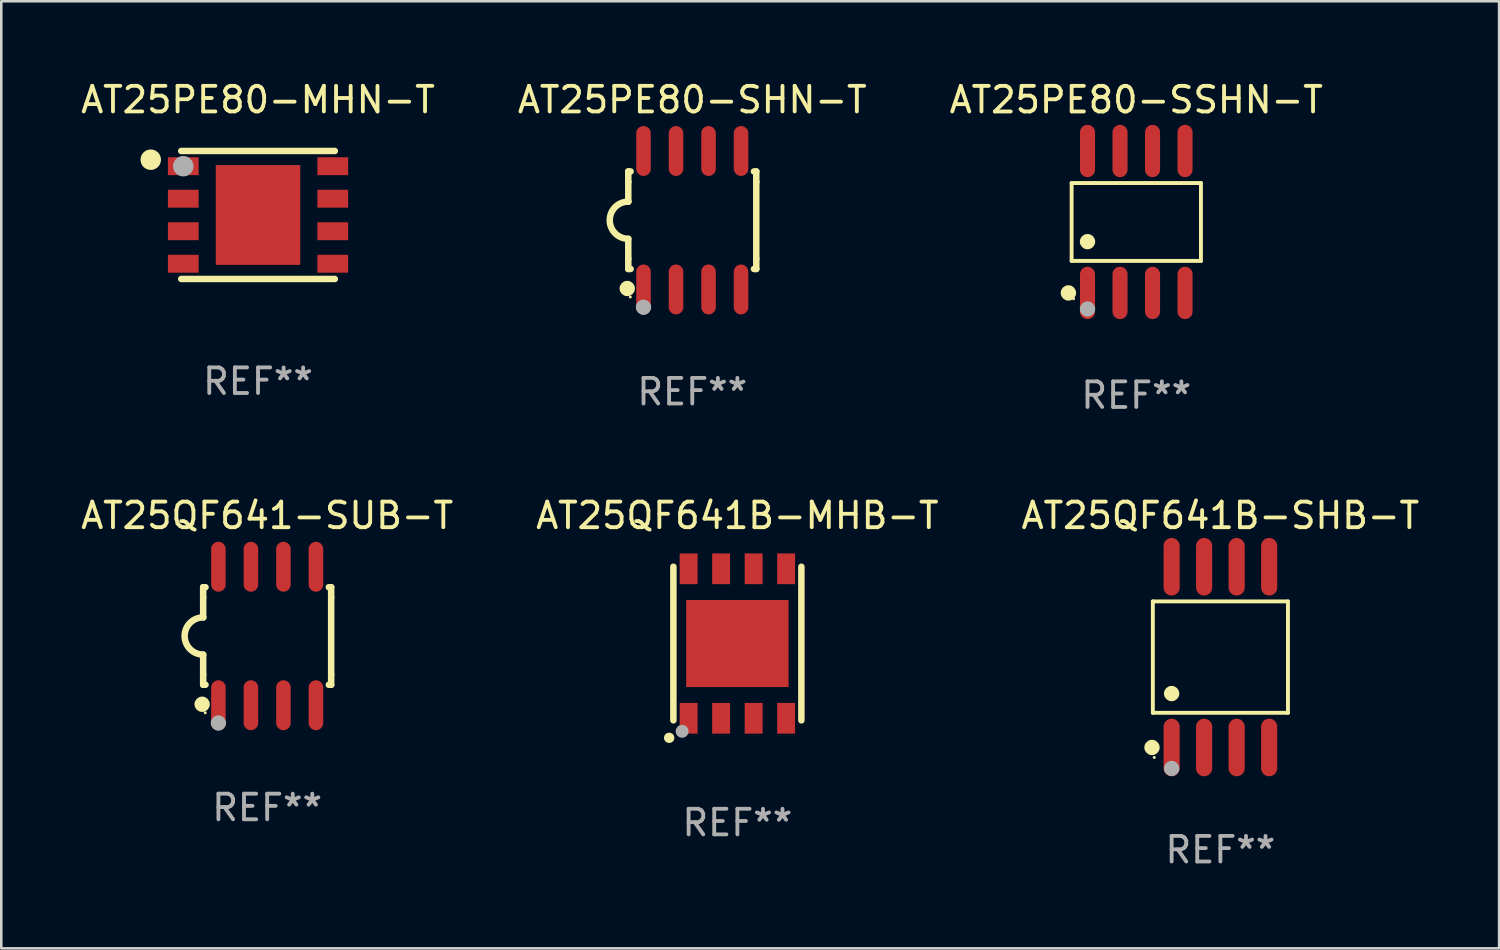
<source format=kicad_pcb>
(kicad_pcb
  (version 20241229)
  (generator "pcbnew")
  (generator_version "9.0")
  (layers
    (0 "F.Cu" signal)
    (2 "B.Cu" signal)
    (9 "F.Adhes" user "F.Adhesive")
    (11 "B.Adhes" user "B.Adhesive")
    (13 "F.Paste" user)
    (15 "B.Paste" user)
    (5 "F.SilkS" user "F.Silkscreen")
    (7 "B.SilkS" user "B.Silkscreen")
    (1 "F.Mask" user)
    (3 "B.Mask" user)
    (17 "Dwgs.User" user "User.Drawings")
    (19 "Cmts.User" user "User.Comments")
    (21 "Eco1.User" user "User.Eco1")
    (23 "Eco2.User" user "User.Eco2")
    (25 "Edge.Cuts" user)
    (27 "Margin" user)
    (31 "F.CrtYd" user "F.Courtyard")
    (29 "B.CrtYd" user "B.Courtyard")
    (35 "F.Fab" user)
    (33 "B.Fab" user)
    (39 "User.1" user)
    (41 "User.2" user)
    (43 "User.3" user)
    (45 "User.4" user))
  (footprint "AT25PE80-MHN-T"
    (layer "F.Cu")
    (at 7.03 5.348)
    (property "Reference" "AT25PE80-MHN-T" (at 0 -4.5 0) (layer "F.SilkS") (effects (font (size 1 1) (thickness 0.15))))
    (attr through_hole)
    (fp_line (start 3 -2.5) (end -3 -2.5) (stroke (width 0.254) (type solid)) (layer "F.SilkS"))
    (fp_line (start 3 2.5) (end -3 2.5) (stroke (width 0.254) (type solid)) (layer "F.SilkS"))
    (fp_circle (center -4.191 -2.159) (end -3.991 -2.159) (stroke (width 0.4) (type solid)) (fill no) (layer "F.SilkS"))
    (fp_circle (center -3 -2.5) (end -2.97 -2.5) (stroke (width 0.06) (type solid)) (fill no) (layer "F.SilkS"))
    (fp_circle (center -2.92 -1.905) (end -2.72 -1.905) (stroke (width 0.4) (type solid)) (fill no) (layer "F.Fab"))
    (fp_text user "REF**" (at 0 6.5 0) (layer "F.Fab") (effects (font (size 1 1) (thickness 0.15))))
    (pad "1" smd rect (at -2.92 -1.905) (size 1.2 0.7) (layers "F.Cu" "F.Mask" "F.Paste"))
    (pad "2" smd rect (at -2.92 -0.635) (size 1.2 0.7) (layers "F.Cu" "F.Mask" "F.Paste"))
    (pad "3" smd rect (at -2.92 0.635) (size 1.2 0.7) (layers "F.Cu" "F.Mask" "F.Paste"))
    (pad "4" smd rect (at -2.92 1.905) (size 1.2 0.7) (layers "F.Cu" "F.Mask" "F.Paste"))
    (pad "5" smd rect (at 2.92 1.905) (size 1.2 0.7) (layers "F.Cu" "F.Mask" "F.Paste"))
    (pad "6" smd rect (at 2.92 0.635) (size 1.2 0.7) (layers "F.Cu" "F.Mask" "F.Paste"))
    (pad "7" smd rect (at 2.92 -0.635) (size 1.2 0.7) (layers "F.Cu" "F.Mask" "F.Paste"))
    (pad "8" smd rect (at 2.92 -1.905) (size 1.2 0.7) (layers "F.Cu" "F.Mask" "F.Paste"))
    (pad "9" smd rect (at 0 0) (size 3.3 3.9) (layers "F.Cu" "F.Mask" "F.Paste")))
  (footprint "AT25PE80-SHN-T"
    (layer "F.Cu")
    (at 23.994 5.553)
    (property "Reference" "AT25PE80-SHN-T" (at 0 -4.705 0) (layer "F.SilkS") (effects (font (size 1 1) (thickness 0.15))))
    (attr through_hole)
    (fp_line (start -2.5 -1.905) (end -2.409 -1.905) (stroke (width 0.254) (type solid)) (layer "F.SilkS"))
    (fp_line (start -2.5 -1.5) (end -2.5 -1.905) (stroke (width 0.254) (type solid)) (layer "F.SilkS"))
    (fp_line (start -2.5 -1.5) (end -2.5 -0.726) (stroke (width 0.254) (type solid)) (layer "F.SilkS"))
    (fp_line (start -2.5 1.5) (end -2.5 0.727) (stroke (width 0.254) (type solid)) (layer "F.SilkS"))
    (fp_line (start -2.5 1.5) (end -2.5 1.905) (stroke (width 0.254) (type solid)) (layer "F.SilkS"))
    (fp_line (start -2.5 1.905) (end -2.409 1.905) (stroke (width 0.254) (type solid)) (layer "F.SilkS"))
    (fp_line (start 2.5 -1.905) (end 2.409 -1.905) (stroke (width 0.254) (type solid)) (layer "F.SilkS"))
    (fp_line (start 2.5 -1.5) (end 2.5 -1.905) (stroke (width 0.254) (type solid)) (layer "F.SilkS"))
    (fp_line (start 2.5 -1.5) (end 2.5 1.5) (stroke (width 0.254) (type solid)) (layer "F.SilkS"))
    (fp_line (start 2.5 1.5) (end 2.5 1.905) (stroke (width 0.254) (type solid)) (layer "F.SilkS"))
    (fp_line (start 2.5 1.905) (end 2.409 1.905) (stroke (width 0.254) (type solid)) (layer "F.SilkS"))
    (fp_arc (start -2.5 0.726568) (mid -3.220316 -0.0023) (end -2.495097 -0.726289) (stroke (width 0.254001) (type solid)) (layer "F.SilkS"))
    (fp_circle (center -2.54 2.667) (end -2.39 2.667) (stroke (width 0.3) (type solid)) (fill no) (layer "F.SilkS"))
    (fp_circle (center -2.42 3) (end -2.39 3) (stroke (width 0.06) (type solid)) (fill no) (layer "F.SilkS"))
    (fp_circle (center -1.905 3.4) (end -1.755 3.4) (stroke (width 0.3) (type solid)) (fill no) (layer "F.Fab"))
    (fp_text user "REF**" (at 0 6.705 0) (layer "F.Fab") (effects (font (size 1 1) (thickness 0.15))))
    (pad "1" smd oval (at -1.905 2.705) (size 0.568 1.95) (layers "F.Cu" "F.Mask" "F.Paste"))
    (pad "2" smd oval (at -0.635 2.705) (size 0.568 1.95) (layers "F.Cu" "F.Mask" "F.Paste"))
    (pad "3" smd oval (at 0.635 2.705) (size 0.568 1.95) (layers "F.Cu" "F.Mask" "F.Paste"))
    (pad "4" smd oval (at 1.905 2.705) (size 0.568 1.95) (layers "F.Cu" "F.Mask" "F.Paste"))
    (pad "5" smd oval (at 1.905 -2.705) (size 0.568 1.95) (layers "F.Cu" "F.Mask" "F.Paste"))
    (pad "6" smd oval (at 0.635 -2.705) (size 0.568 1.95) (layers "F.Cu" "F.Mask" "F.Paste"))
    (pad "7" smd oval (at -0.635 -2.705) (size 0.568 1.95) (layers "F.Cu" "F.Mask" "F.Paste"))
    (pad "8" smd oval (at -1.905 -2.705) (size 0.568 1.95) (layers "F.Cu" "F.Mask" "F.Paste")))
  (footprint "AT25QF641B-SHB-T"
    (layer "F.Cu")
    (at 44.625 22.62)
    (property "Reference" "AT25QF641B-SHB-T" (at 0 -5.53 0) (layer "F.SilkS") (effects (font (size 1 1) (thickness 0.15))))
    (attr through_hole)
    (fp_line (start -2.639 -2.176) (end 2.639 -2.176) (stroke (width 0.152) (type solid)) (layer "F.SilkS"))
    (fp_line (start -2.639 2.176) (end -2.639 -2.176) (stroke (width 0.152) (type solid)) (layer "F.SilkS"))
    (fp_line (start 2.639 -2.176) (end 2.639 2.176) (stroke (width 0.152) (type solid)) (layer "F.SilkS"))
    (fp_line (start 2.639 2.176) (end -2.639 2.176) (stroke (width 0.152) (type solid)) (layer "F.SilkS"))
    (fp_circle (center -2.672 3.53) (end -2.522 3.53) (stroke (width 0.3) (type solid)) (fill no) (layer "F.SilkS"))
    (fp_circle (center -2.585 3.92) (end -2.555 3.92) (stroke (width 0.06) (type solid)) (fill no) (layer "F.SilkS"))
    (fp_circle (center -1.905 1.424) (end -1.755 1.424) (stroke (width 0.3) (type solid)) (fill no) (layer "F.SilkS"))
    (fp_circle (center -1.905 4.35) (end -1.755 4.35) (stroke (width 0.3) (type solid)) (fill no) (layer "F.Fab"))
    (fp_text user "REF**" (at 0 7.53 0) (layer "F.Fab") (effects (font (size 1 1) (thickness 0.15))))
    (pad "1" smd oval (at -1.905 3.53) (size 0.63 2.25) (layers "F.Cu" "F.Mask" "F.Paste"))
    (pad "2" smd oval (at -0.635 3.53) (size 0.63 2.25) (layers "F.Cu" "F.Mask" "F.Paste"))
    (pad "3" smd oval (at 0.635 3.53) (size 0.63 2.25) (layers "F.Cu" "F.Mask" "F.Paste"))
    (pad "4" smd oval (at 1.905 3.53) (size 0.63 2.25) (layers "F.Cu" "F.Mask" "F.Paste"))
    (pad "5" smd oval (at 1.905 -3.53) (size 0.63 2.25) (layers "F.Cu" "F.Mask" "F.Paste"))
    (pad "6" smd oval (at 0.635 -3.53) (size 0.63 2.25) (layers "F.Cu" "F.Mask" "F.Paste"))
    (pad "7" smd oval (at -0.635 -3.53) (size 0.63 2.25) (layers "F.Cu" "F.Mask" "F.Paste"))
    (pad "8" smd oval (at -1.905 -3.53) (size 0.63 2.25) (layers "F.Cu" "F.Mask" "F.Paste")))
  (footprint "AT25PE80-SSHN-T"
    (layer "F.Cu")
    (at 41.339 5.621)
    (property "Reference" "AT25PE80-SSHN-T" (at 0 -4.772 0) (layer "F.SilkS") (effects (font (size 1 1) (thickness 0.15))))
    (attr through_hole)
    (fp_line (start -2.526 -1.521) (end 2.526 -1.521) (stroke (width 0.152) (type solid)) (layer "F.SilkS"))
    (fp_line (start -2.526 1.521) (end -2.526 -1.521) (stroke (width 0.152) (type solid)) (layer "F.SilkS"))
    (fp_line (start 2.526 -1.521) (end 2.526 1.521) (stroke (width 0.152) (type solid)) (layer "F.SilkS"))
    (fp_line (start 2.526 1.521) (end -2.526 1.521) (stroke (width 0.152) (type solid)) (layer "F.SilkS"))
    (fp_circle (center -2.652 2.772) (end -2.501 2.772) (stroke (width 0.3) (type solid)) (fill no) (layer "F.SilkS"))
    (fp_circle (center -2.45 3) (end -2.42 3) (stroke (width 0.06) (type solid)) (fill no) (layer "F.SilkS"))
    (fp_circle (center -1.905 0.769) (end -1.755 0.769) (stroke (width 0.3) (type solid)) (fill no) (layer "F.SilkS"))
    (fp_circle (center -1.905 3.4) (end -1.755 3.4) (stroke (width 0.3) (type solid)) (fill no) (layer "F.Fab"))
    (fp_text user "REF**" (at 0 6.772 0) (layer "F.Fab") (effects (font (size 1 1) (thickness 0.15))))
    (pad "1" smd oval (at -1.905 2.772) (size 0.588 2.045) (layers "F.Cu" "F.Mask" "F.Paste"))
    (pad "2" smd oval (at -0.635 2.772) (size 0.588 2.045) (layers "F.Cu" "F.Mask" "F.Paste"))
    (pad "3" smd oval (at 0.635 2.772) (size 0.588 2.045) (layers "F.Cu" "F.Mask" "F.Paste"))
    (pad "4" smd oval (at 1.905 2.772) (size 0.588 2.045) (layers "F.Cu" "F.Mask" "F.Paste"))
    (pad "5" smd oval (at 1.905 -2.772) (size 0.588 2.045) (layers "F.Cu" "F.Mask" "F.Paste"))
    (pad "6" smd oval (at 0.635 -2.772) (size 0.588 2.045) (layers "F.Cu" "F.Mask" "F.Paste"))
    (pad "7" smd oval (at -0.635 -2.772) (size 0.588 2.045) (layers "F.Cu" "F.Mask" "F.Paste"))
    (pad "8" smd oval (at -1.905 -2.772) (size 0.588 2.045) (layers "F.Cu" "F.Mask" "F.Paste")))
  (footprint "AT25QF641B-MHB-T"
    (layer "F.Cu")
    (at 25.756 22.09)
    (property "Reference" "AT25QF641B-MHB-T" (at 0 -5 0) (layer "F.SilkS") (effects (font (size 1 1) (thickness 0.15))))
    (attr through_hole)
    (fp_line (start -2.5 -3) (end -2.5 3) (stroke (width 0.254) (type solid)) (layer "F.SilkS"))
    (fp_line (start 2.5 -3) (end 2.5 3) (stroke (width 0.254) (type solid)) (layer "F.SilkS"))
    (fp_arc (start -2.667005 3.683007) (mid -2.664465 3.682991) (end -2.661925 3.683007) (stroke (width 0.4) (type solid)) (layer "F.SilkS"))
    (fp_circle (center -2.5 3) (end -2.47 3) (stroke (width 0.06) (type solid)) (fill no) (layer "F.SilkS"))
    (fp_circle (center -2.159 3.429) (end -2.032 3.429) (stroke (width 0.254) (type solid)) (fill no) (layer "F.Fab"))
    (fp_text user "REF**" (at 0 7 0) (layer "F.Fab") (effects (font (size 1 1) (thickness 0.15))))
    (pad "1" smd rect (at -1.905 2.92 90) (size 1.2 0.7) (layers "F.Cu" "F.Mask" "F.Paste"))
    (pad "2" smd rect (at -0.635 2.92 90) (size 1.2 0.7) (layers "F.Cu" "F.Mask" "F.Paste"))
    (pad "3" smd rect (at 0.635 2.92 90) (size 1.2 0.7) (layers "F.Cu" "F.Mask" "F.Paste"))
    (pad "4" smd rect (at 1.905 2.92 90) (size 1.2 0.7) (layers "F.Cu" "F.Mask" "F.Paste"))
    (pad "5" smd rect (at 1.905 -2.92 90) (size 1.2 0.7) (layers "F.Cu" "F.Mask" "F.Paste"))
    (pad "6" smd rect (at 0.635 -2.92 90) (size 1.2 0.7) (layers "F.Cu" "F.Mask" "F.Paste"))
    (pad "7" smd rect (at -0.635 -2.92 90) (size 1.2 0.7) (layers "F.Cu" "F.Mask" "F.Paste"))
    (pad "8" smd rect (at -1.905 -2.92 90) (size 1.2 0.7) (layers "F.Cu" "F.Mask" "F.Paste"))
    (pad "9" smd rect (at 0 0 90) (size 3.4 4) (layers "F.Cu" "F.Mask" "F.Paste")))
  (footprint "AT25QF641-SUB-T"
    (layer "F.Cu")
    (at 7.387 21.795)
    (property "Reference" "AT25QF641-SUB-T" (at 0 -4.705 0) (layer "F.SilkS") (effects (font (size 1 1) (thickness 0.15))))
    (attr through_hole)
    (fp_line (start -2.5 -1.905) (end -2.409 -1.905) (stroke (width 0.254) (type solid)) (layer "F.SilkS"))
    (fp_line (start -2.5 -1.5) (end -2.5 -1.905) (stroke (width 0.254) (type solid)) (layer "F.SilkS"))
    (fp_line (start -2.5 -1.5) (end -2.5 -0.726) (stroke (width 0.254) (type solid)) (layer "F.SilkS"))
    (fp_line (start -2.5 1.5) (end -2.5 0.727) (stroke (width 0.254) (type solid)) (layer "F.SilkS"))
    (fp_line (start -2.5 1.5) (end -2.5 1.905) (stroke (width 0.254) (type solid)) (layer "F.SilkS"))
    (fp_line (start -2.5 1.905) (end -2.409 1.905) (stroke (width 0.254) (type solid)) (layer "F.SilkS"))
    (fp_line (start 2.5 -1.905) (end 2.409 -1.905) (stroke (width 0.254) (type solid)) (layer "F.SilkS"))
    (fp_line (start 2.5 -1.5) (end 2.5 -1.905) (stroke (width 0.254) (type solid)) (layer "F.SilkS"))
    (fp_line (start 2.5 -1.5) (end 2.5 1.5) (stroke (width 0.254) (type solid)) (layer "F.SilkS"))
    (fp_line (start 2.5 1.5) (end 2.5 1.905) (stroke (width 0.254) (type solid)) (layer "F.SilkS"))
    (fp_line (start 2.5 1.905) (end 2.409 1.905) (stroke (width 0.254) (type solid)) (layer "F.SilkS"))
    (fp_arc (start -2.5 0.726568) (mid -3.220316 -0.0023) (end -2.495097 -0.726289) (stroke (width 0.254001) (type solid)) (layer "F.SilkS"))
    (fp_circle (center -2.54 2.667) (end -2.39 2.667) (stroke (width 0.3) (type solid)) (fill no) (layer "F.SilkS"))
    (fp_circle (center -2.42 3) (end -2.39 3) (stroke (width 0.06) (type solid)) (fill no) (layer "F.SilkS"))
    (fp_circle (center -1.905 3.4) (end -1.755 3.4) (stroke (width 0.3) (type solid)) (fill no) (layer "F.Fab"))
    (fp_text user "REF**" (at 0 6.705 0) (layer "F.Fab") (effects (font (size 1 1) (thickness 0.15))))
    (pad "1" smd oval (at -1.905 2.705) (size 0.568 1.95) (layers "F.Cu" "F.Mask" "F.Paste"))
    (pad "2" smd oval (at -0.635 2.705) (size 0.568 1.95) (layers "F.Cu" "F.Mask" "F.Paste"))
    (pad "3" smd oval (at 0.635 2.705) (size 0.568 1.95) (layers "F.Cu" "F.Mask" "F.Paste"))
    (pad "4" smd oval (at 1.905 2.705) (size 0.568 1.95) (layers "F.Cu" "F.Mask" "F.Paste"))
    (pad "5" smd oval (at 1.905 -2.705) (size 0.568 1.95) (layers "F.Cu" "F.Mask" "F.Paste"))
    (pad "6" smd oval (at 0.635 -2.705) (size 0.568 1.95) (layers "F.Cu" "F.Mask" "F.Paste"))
    (pad "7" smd oval (at -0.635 -2.705) (size 0.568 1.95) (layers "F.Cu" "F.Mask" "F.Paste"))
    (pad "8" smd oval (at -1.905 -2.705) (size 0.568 1.95) (layers "F.Cu" "F.Mask" "F.Paste")))
  (gr_rect
    (start -3 -3)
    (end 55.512 33.998)
    (stroke (width 0.1) (type default))
    (fill no)
    (layer "Edge.Cuts")))
</source>
